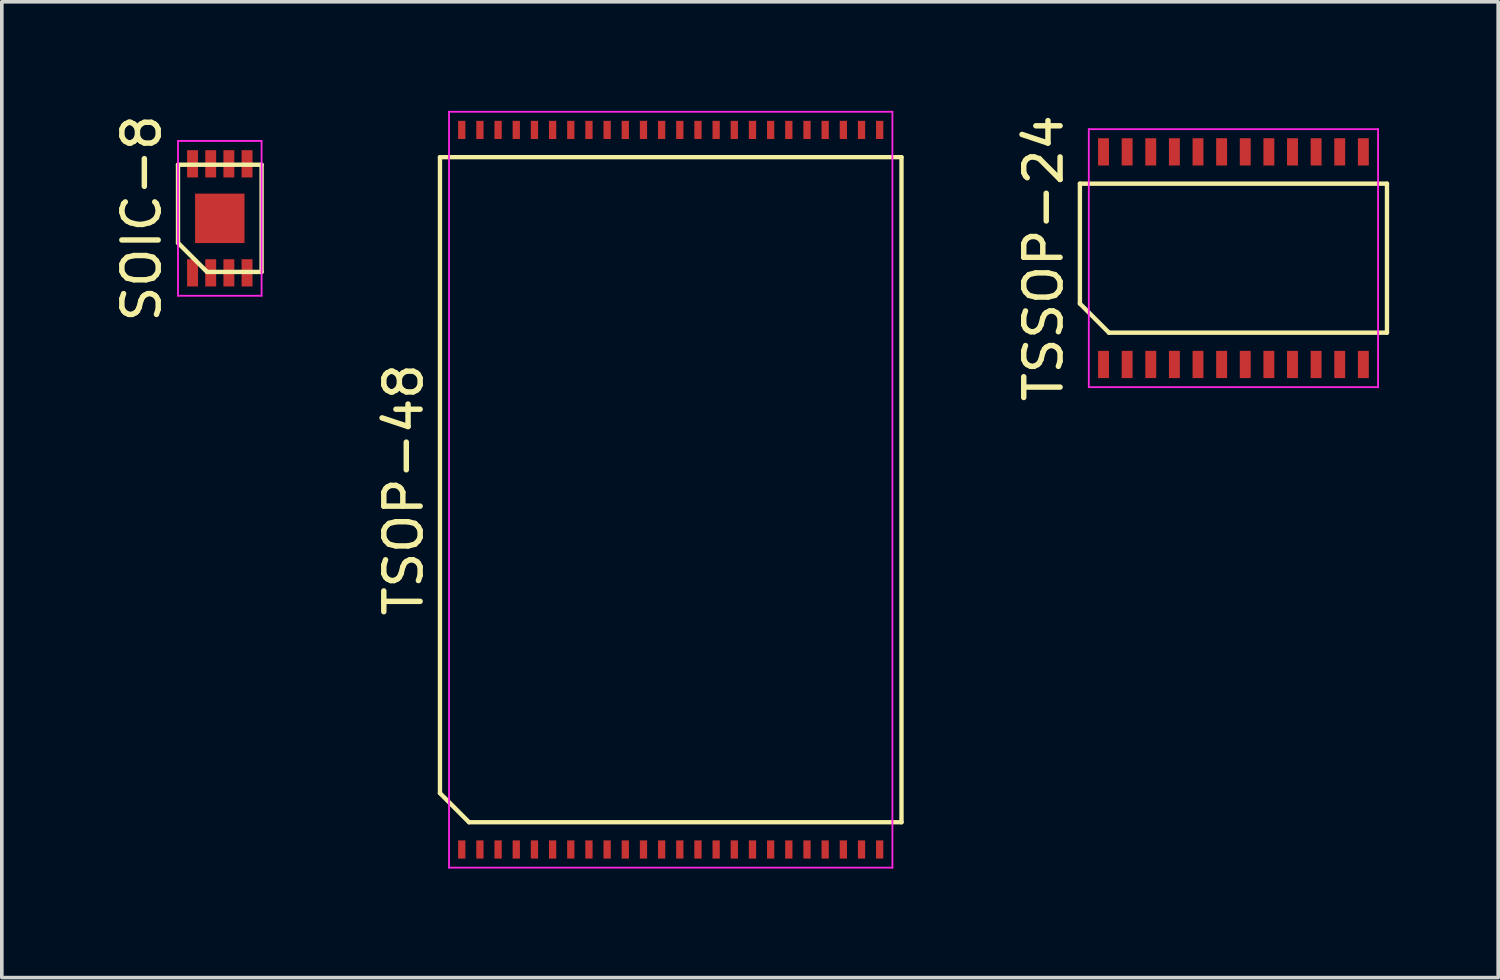
<source format=kicad_pcb>
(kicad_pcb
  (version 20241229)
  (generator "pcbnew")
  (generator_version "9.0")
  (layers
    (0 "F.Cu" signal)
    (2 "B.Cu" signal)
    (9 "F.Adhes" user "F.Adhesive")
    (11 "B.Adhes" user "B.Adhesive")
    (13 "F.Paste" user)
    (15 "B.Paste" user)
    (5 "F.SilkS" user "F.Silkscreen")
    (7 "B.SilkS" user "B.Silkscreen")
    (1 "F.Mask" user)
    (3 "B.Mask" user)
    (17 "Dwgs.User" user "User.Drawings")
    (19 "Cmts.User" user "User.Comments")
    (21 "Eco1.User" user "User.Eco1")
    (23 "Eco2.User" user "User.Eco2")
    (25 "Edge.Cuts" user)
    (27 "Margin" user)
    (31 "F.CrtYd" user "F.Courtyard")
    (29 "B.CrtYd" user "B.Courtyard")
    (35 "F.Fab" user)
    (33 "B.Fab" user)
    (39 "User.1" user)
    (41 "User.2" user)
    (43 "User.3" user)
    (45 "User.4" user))
  (footprint "SOIC-8"
    (layer "F.Cu")
    (at 2.998 2.958)
    (property "Reference" "SOIC-8" (at -2.15 0 90) (layer "F.SilkS") (effects (font (size 1 1) (thickness 0.15))))
    (attr smd)
    (fp_line (start -1.15 -1.475) (end 1.15 -1.475) (stroke (width 0.12) (type solid)) (layer "F.SilkS"))
    (fp_line (start -1.15 0.675) (end -1.15 -1.475) (stroke (width 0.12) (type solid)) (layer "F.SilkS"))
    (fp_line (start -0.35 1.475) (end -1.15 0.675) (stroke (width 0.12) (type solid)) (layer "F.SilkS"))
    (fp_line (start 1.15 -1.475) (end 1.15 1.475) (stroke (width 0.12) (type solid)) (layer "F.SilkS"))
    (fp_line (start 1.15 1.475) (end -0.35 1.475) (stroke (width 0.12) (type solid)) (layer "F.SilkS"))
    (fp_line (start -1.15 -2.13) (end 1.15 -2.13) (stroke (width 0.05) (type solid)) (layer "F.CrtYd"))
    (fp_line (start -1.15 2.13) (end -1.15 -2.13) (stroke (width 0.05) (type solid)) (layer "F.CrtYd"))
    (fp_line (start 1.15 -2.13) (end 1.15 2.13) (stroke (width 0.05) (type solid)) (layer "F.CrtYd"))
    (fp_line (start 1.15 2.13) (end -1.15 2.13) (stroke (width 0.05) (type solid)) (layer "F.CrtYd"))
    (pad "1" smd rect (at -0.75 1.5) (size 0.3 0.75) (layers "F.Cu" "F.Mask" "F.Paste"))
    (pad "2" smd rect (at -0.25 1.5) (size 0.3 0.75) (layers "F.Cu" "F.Mask" "F.Paste"))
    (pad "3" smd rect (at 0.25 1.5) (size 0.3 0.75) (layers "F.Cu" "F.Mask" "F.Paste"))
    (pad "4" smd rect (at 0.75 1.5) (size 0.3 0.75) (layers "F.Cu" "F.Mask" "F.Paste"))
    (pad "5" smd rect (at 0.75 -1.5) (size 0.3 0.75) (layers "F.Cu" "F.Mask" "F.Paste"))
    (pad "6" smd rect (at 0.25 -1.5) (size 0.3 0.75) (layers "F.Cu" "F.Mask" "F.Paste"))
    (pad "7" smd rect (at -0.25 -1.5) (size 0.3 0.75) (layers "F.Cu" "F.Mask" "F.Paste"))
    (pad "8" smd rect (at -0.75 -1.5) (size 0.3 0.75) (layers "F.Cu" "F.Mask" "F.Paste"))
    (pad "9" smd rect (at 0 0) (size 1.36 1.36) (layers "F.Cu" "F.Mask" "F.Paste")))
  (footprint "TSOP-48"
    (layer "F.Cu")
    (at 15.406 10.425)
    (property "Reference" "TSOP-48" (at -7.35 0 90) (layer "F.SilkS") (effects (font (size 1 1) (thickness 0.15))))
    (attr smd)
    (fp_line (start -6.35 -9.15) (end 6.35 -9.15) (stroke (width 0.12) (type solid)) (layer "F.SilkS"))
    (fp_line (start -6.35 8.35) (end -6.35 -9.15) (stroke (width 0.12) (type solid)) (layer "F.SilkS"))
    (fp_line (start -5.55 9.15) (end -6.35 8.35) (stroke (width 0.12) (type solid)) (layer "F.SilkS"))
    (fp_line (start 6.35 -9.15) (end 6.35 9.15) (stroke (width 0.12) (type solid)) (layer "F.SilkS"))
    (fp_line (start 6.35 9.15) (end -5.55 9.15) (stroke (width 0.12) (type solid)) (layer "F.SilkS"))
    (fp_line (start -6.1 -10.4) (end 6.1 -10.4) (stroke (width 0.05) (type solid)) (layer "F.CrtYd"))
    (fp_line (start -6.1 10.4) (end -6.1 -10.4) (stroke (width 0.05) (type solid)) (layer "F.CrtYd"))
    (fp_line (start 6.1 -10.4) (end 6.1 10.4) (stroke (width 0.05) (type solid)) (layer "F.CrtYd"))
    (fp_line (start 6.1 10.4) (end -6.1 10.4) (stroke (width 0.05) (type solid)) (layer "F.CrtYd"))
    (pad "1" smd rect (at -5.75 9.9) (size 0.2 0.5) (layers "F.Cu" "F.Mask" "F.Paste"))
    (pad "2" smd rect (at -5.25 9.9) (size 0.2 0.5) (layers "F.Cu" "F.Mask" "F.Paste"))
    (pad "3" smd rect (at -4.75 9.9) (size 0.2 0.5) (layers "F.Cu" "F.Mask" "F.Paste"))
    (pad "4" smd rect (at -4.25 9.9) (size 0.2 0.5) (layers "F.Cu" "F.Mask" "F.Paste"))
    (pad "5" smd rect (at -3.75 9.9) (size 0.2 0.5) (layers "F.Cu" "F.Mask" "F.Paste"))
    (pad "6" smd rect (at -3.25 9.9) (size 0.2 0.5) (layers "F.Cu" "F.Mask" "F.Paste"))
    (pad "7" smd rect (at -2.75 9.9) (size 0.2 0.5) (layers "F.Cu" "F.Mask" "F.Paste"))
    (pad "8" smd rect (at -2.25 9.9) (size 0.2 0.5) (layers "F.Cu" "F.Mask" "F.Paste"))
    (pad "9" smd rect (at -1.75 9.9) (size 0.2 0.5) (layers "F.Cu" "F.Mask" "F.Paste"))
    (pad "10" smd rect (at -1.25 9.9) (size 0.2 0.5) (layers "F.Cu" "F.Mask" "F.Paste"))
    (pad "11" smd rect (at -0.75 9.9) (size 0.2 0.5) (layers "F.Cu" "F.Mask" "F.Paste"))
    (pad "12" smd rect (at -0.25 9.9) (size 0.2 0.5) (layers "F.Cu" "F.Mask" "F.Paste"))
    (pad "13" smd rect (at 0.25 9.9) (size 0.2 0.5) (layers "F.Cu" "F.Mask" "F.Paste"))
    (pad "14" smd rect (at 0.75 9.9) (size 0.2 0.5) (layers "F.Cu" "F.Mask" "F.Paste"))
    (pad "15" smd rect (at 1.25 9.9) (size 0.2 0.5) (layers "F.Cu" "F.Mask" "F.Paste"))
    (pad "16" smd rect (at 1.75 9.9) (size 0.2 0.5) (layers "F.Cu" "F.Mask" "F.Paste"))
    (pad "17" smd rect (at 2.25 9.9) (size 0.2 0.5) (layers "F.Cu" "F.Mask" "F.Paste"))
    (pad "18" smd rect (at 2.75 9.9) (size 0.2 0.5) (layers "F.Cu" "F.Mask" "F.Paste"))
    (pad "19" smd rect (at 3.25 9.9) (size 0.2 0.5) (layers "F.Cu" "F.Mask" "F.Paste"))
    (pad "20" smd rect (at 3.75 9.9) (size 0.2 0.5) (layers "F.Cu" "F.Mask" "F.Paste"))
    (pad "21" smd rect (at 4.25 9.9) (size 0.2 0.5) (layers "F.Cu" "F.Mask" "F.Paste"))
    (pad "22" smd rect (at 4.75 9.9) (size 0.2 0.5) (layers "F.Cu" "F.Mask" "F.Paste"))
    (pad "23" smd rect (at 5.25 9.9) (size 0.2 0.5) (layers "F.Cu" "F.Mask" "F.Paste"))
    (pad "24" smd rect (at 5.75 9.9) (size 0.2 0.5) (layers "F.Cu" "F.Mask" "F.Paste"))
    (pad "25" smd rect (at 5.75 -9.9) (size 0.2 0.5) (layers "F.Cu" "F.Mask" "F.Paste"))
    (pad "26" smd rect (at 5.25 -9.9) (size 0.2 0.5) (layers "F.Cu" "F.Mask" "F.Paste"))
    (pad "27" smd rect (at 4.75 -9.9) (size 0.2 0.5) (layers "F.Cu" "F.Mask" "F.Paste"))
    (pad "28" smd rect (at 4.25 -9.9) (size 0.2 0.5) (layers "F.Cu" "F.Mask" "F.Paste"))
    (pad "29" smd rect (at 3.75 -9.9) (size 0.2 0.5) (layers "F.Cu" "F.Mask" "F.Paste"))
    (pad "30" smd rect (at 3.25 -9.9) (size 0.2 0.5) (layers "F.Cu" "F.Mask" "F.Paste"))
    (pad "31" smd rect (at 2.75 -9.9) (size 0.2 0.5) (layers "F.Cu" "F.Mask" "F.Paste"))
    (pad "32" smd rect (at 2.25 -9.9) (size 0.2 0.5) (layers "F.Cu" "F.Mask" "F.Paste"))
    (pad "33" smd rect (at 1.75 -9.9) (size 0.2 0.5) (layers "F.Cu" "F.Mask" "F.Paste"))
    (pad "34" smd rect (at 1.25 -9.9) (size 0.2 0.5) (layers "F.Cu" "F.Mask" "F.Paste"))
    (pad "35" smd rect (at 0.75 -9.9) (size 0.2 0.5) (layers "F.Cu" "F.Mask" "F.Paste"))
    (pad "36" smd rect (at 0.25 -9.9) (size 0.2 0.5) (layers "F.Cu" "F.Mask" "F.Paste"))
    (pad "37" smd rect (at -0.25 -9.9) (size 0.2 0.5) (layers "F.Cu" "F.Mask" "F.Paste"))
    (pad "38" smd rect (at -0.75 -9.9) (size 0.2 0.5) (layers "F.Cu" "F.Mask" "F.Paste"))
    (pad "39" smd rect (at -1.25 -9.9) (size 0.2 0.5) (layers "F.Cu" "F.Mask" "F.Paste"))
    (pad "40" smd rect (at -1.75 -9.9) (size 0.2 0.5) (layers "F.Cu" "F.Mask" "F.Paste"))
    (pad "41" smd rect (at -2.25 -9.9) (size 0.2 0.5) (layers "F.Cu" "F.Mask" "F.Paste"))
    (pad "42" smd rect (at -2.75 -9.9) (size 0.2 0.5) (layers "F.Cu" "F.Mask" "F.Paste"))
    (pad "43" smd rect (at -3.25 -9.9) (size 0.2 0.5) (layers "F.Cu" "F.Mask" "F.Paste"))
    (pad "44" smd rect (at -3.75 -9.9) (size 0.2 0.5) (layers "F.Cu" "F.Mask" "F.Paste"))
    (pad "45" smd rect (at -4.25 -9.9) (size 0.2 0.5) (layers "F.Cu" "F.Mask" "F.Paste"))
    (pad "46" smd rect (at -4.75 -9.9) (size 0.2 0.5) (layers "F.Cu" "F.Mask" "F.Paste"))
    (pad "47" smd rect (at -5.25 -9.9) (size 0.2 0.5) (layers "F.Cu" "F.Mask" "F.Paste"))
    (pad "48" smd rect (at -5.75 -9.9) (size 0.2 0.5) (layers "F.Cu" "F.Mask" "F.Paste")))
  (footprint "TSSOP-24"
    (layer "F.Cu")
    (at 30.89 4.054)
    (property "Reference" "TSSOP-24" (at -5.225 0 90) (layer "F.SilkS") (effects (font (size 1 1) (thickness 0.15))))
    (attr smd)
    (fp_line (start -4.225 -2.05) (end 4.225 -2.05) (stroke (width 0.12) (type solid)) (layer "F.SilkS"))
    (fp_line (start -4.225 1.25) (end -4.225 -2.05) (stroke (width 0.12) (type solid)) (layer "F.SilkS"))
    (fp_line (start -3.425 2.05) (end -4.225 1.25) (stroke (width 0.12) (type solid)) (layer "F.SilkS"))
    (fp_line (start 4.225 -2.05) (end 4.225 2.05) (stroke (width 0.12) (type solid)) (layer "F.SilkS"))
    (fp_line (start 4.225 2.05) (end -3.425 2.05) (stroke (width 0.12) (type solid)) (layer "F.SilkS"))
    (fp_line (start -3.98 -3.55) (end 3.98 -3.55) (stroke (width 0.05) (type solid)) (layer "F.CrtYd"))
    (fp_line (start -3.98 3.55) (end -3.98 -3.55) (stroke (width 0.05) (type solid)) (layer "F.CrtYd"))
    (fp_line (start 3.98 -3.55) (end 3.98 3.55) (stroke (width 0.05) (type solid)) (layer "F.CrtYd"))
    (fp_line (start 3.98 3.55) (end -3.98 3.55) (stroke (width 0.05) (type solid)) (layer "F.CrtYd"))
    (pad "1" smd rect (at -3.575 2.925) (size 0.3 0.75) (layers "F.Cu" "F.Mask" "F.Paste"))
    (pad "2" smd rect (at -2.925 2.925) (size 0.3 0.75) (layers "F.Cu" "F.Mask" "F.Paste"))
    (pad "3" smd rect (at -2.275 2.925) (size 0.3 0.75) (layers "F.Cu" "F.Mask" "F.Paste"))
    (pad "4" smd rect (at -1.625 2.925) (size 0.3 0.75) (layers "F.Cu" "F.Mask" "F.Paste"))
    (pad "5" smd rect (at -0.975 2.925) (size 0.3 0.75) (layers "F.Cu" "F.Mask" "F.Paste"))
    (pad "6" smd rect (at -0.325 2.925) (size 0.3 0.75) (layers "F.Cu" "F.Mask" "F.Paste"))
    (pad "7" smd rect (at 0.325 2.925) (size 0.3 0.75) (layers "F.Cu" "F.Mask" "F.Paste"))
    (pad "8" smd rect (at 0.975 2.925) (size 0.3 0.75) (layers "F.Cu" "F.Mask" "F.Paste"))
    (pad "9" smd rect (at 1.625 2.925) (size 0.3 0.75) (layers "F.Cu" "F.Mask" "F.Paste"))
    (pad "10" smd rect (at 2.275 2.925) (size 0.3 0.75) (layers "F.Cu" "F.Mask" "F.Paste"))
    (pad "11" smd rect (at 2.925 2.925) (size 0.3 0.75) (layers "F.Cu" "F.Mask" "F.Paste"))
    (pad "12" smd rect (at 3.575 2.925) (size 0.3 0.75) (layers "F.Cu" "F.Mask" "F.Paste"))
    (pad "13" smd rect (at 3.575 -2.925) (size 0.3 0.75) (layers "F.Cu" "F.Mask" "F.Paste"))
    (pad "14" smd rect (at 2.925 -2.925) (size 0.3 0.75) (layers "F.Cu" "F.Mask" "F.Paste"))
    (pad "15" smd rect (at 2.275 -2.925) (size 0.3 0.75) (layers "F.Cu" "F.Mask" "F.Paste"))
    (pad "16" smd rect (at 1.625 -2.925) (size 0.3 0.75) (layers "F.Cu" "F.Mask" "F.Paste"))
    (pad "17" smd rect (at 0.975 -2.925) (size 0.3 0.75) (layers "F.Cu" "F.Mask" "F.Paste"))
    (pad "18" smd rect (at 0.325 -2.925) (size 0.3 0.75) (layers "F.Cu" "F.Mask" "F.Paste"))
    (pad "19" smd rect (at -0.325 -2.925) (size 0.3 0.75) (layers "F.Cu" "F.Mask" "F.Paste"))
    (pad "20" smd rect (at -0.975 -2.925) (size 0.3 0.75) (layers "F.Cu" "F.Mask" "F.Paste"))
    (pad "21" smd rect (at -1.625 -2.925) (size 0.3 0.75) (layers "F.Cu" "F.Mask" "F.Paste"))
    (pad "22" smd rect (at -2.275 -2.925) (size 0.3 0.75) (layers "F.Cu" "F.Mask" "F.Paste"))
    (pad "23" smd rect (at -2.925 -2.925) (size 0.3 0.75) (layers "F.Cu" "F.Mask" "F.Paste"))
    (pad "24" smd rect (at -3.575 -2.925) (size 0.3 0.75) (layers "F.Cu" "F.Mask" "F.Paste")))
  (gr_rect
    (start -3 -3)
    (end 38.175 23.85)
    (stroke (width 0.1) (type default))
    (fill no)
    (layer "Edge.Cuts")))
</source>
